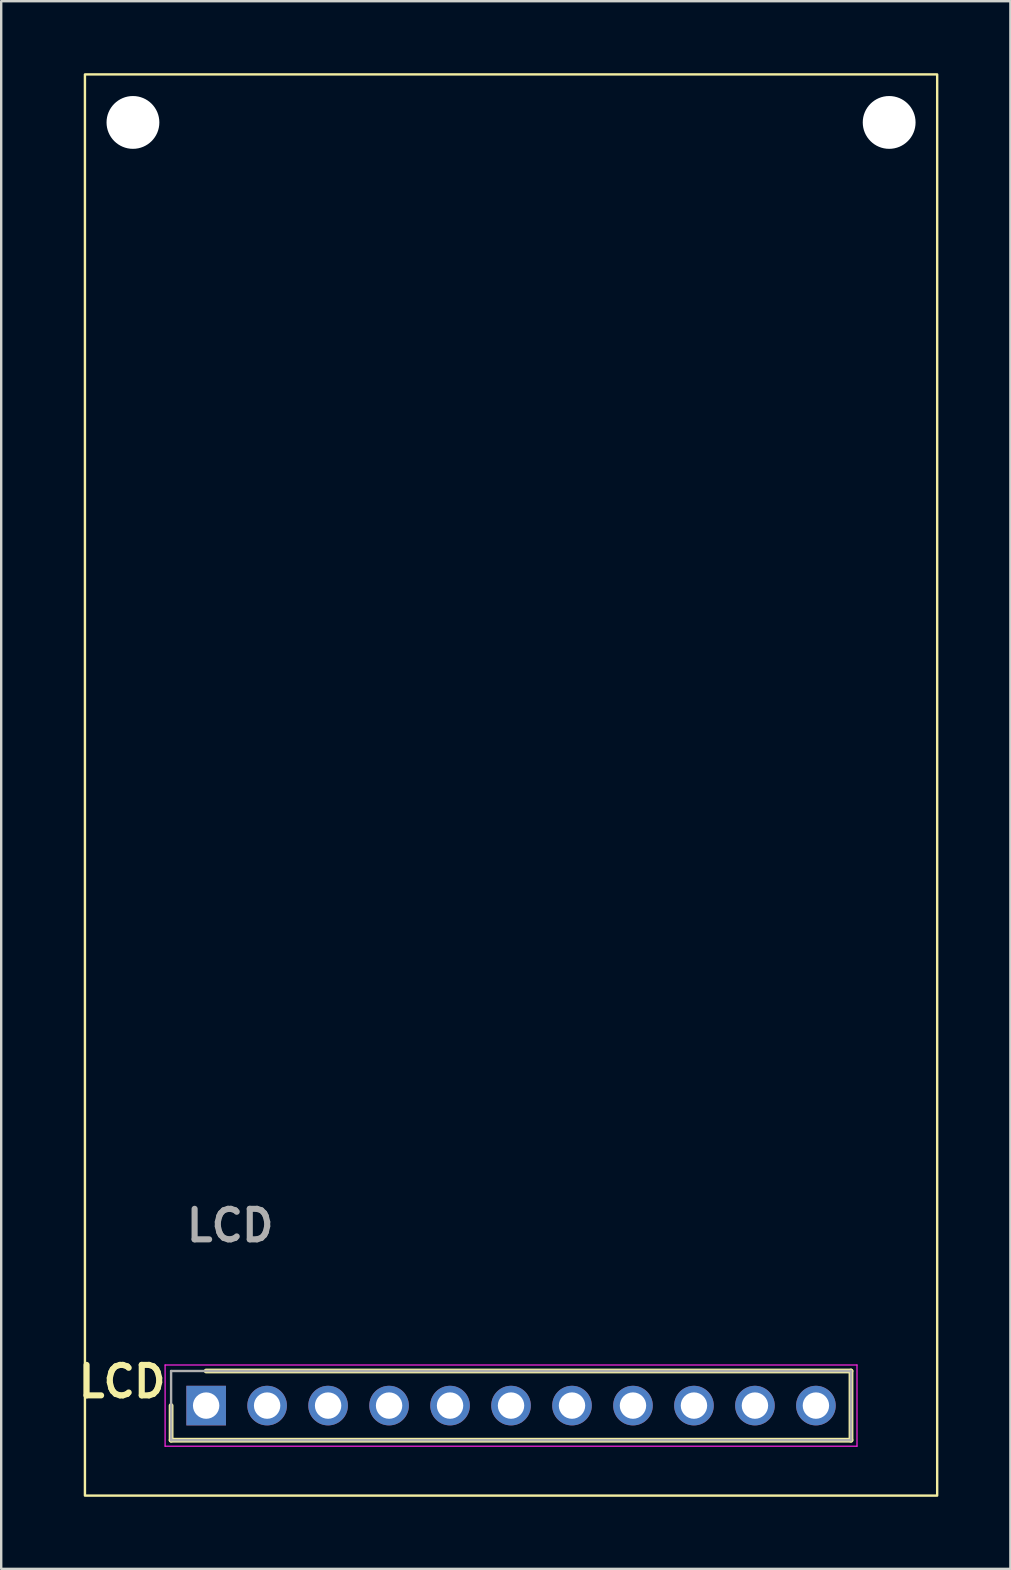
<source format=kicad_pcb>
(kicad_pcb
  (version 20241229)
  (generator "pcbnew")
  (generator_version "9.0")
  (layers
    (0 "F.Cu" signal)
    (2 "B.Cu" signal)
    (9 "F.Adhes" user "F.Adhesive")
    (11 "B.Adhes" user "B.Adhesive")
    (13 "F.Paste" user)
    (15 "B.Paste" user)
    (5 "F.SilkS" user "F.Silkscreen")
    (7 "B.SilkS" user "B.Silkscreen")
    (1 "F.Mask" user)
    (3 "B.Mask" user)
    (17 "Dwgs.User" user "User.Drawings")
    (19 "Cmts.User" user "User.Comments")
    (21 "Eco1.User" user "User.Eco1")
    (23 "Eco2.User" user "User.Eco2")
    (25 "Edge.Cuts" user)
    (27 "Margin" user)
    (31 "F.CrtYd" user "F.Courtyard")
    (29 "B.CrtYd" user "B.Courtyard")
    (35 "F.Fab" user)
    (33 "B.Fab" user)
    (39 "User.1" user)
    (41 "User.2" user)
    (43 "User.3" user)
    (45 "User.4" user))
  (footprint "LCD"
    (layer "F.Cu")
    (at 6.538 48)
    (property "Reference" "LCD" (at -4.5 6.5 0) (layer "F.SilkS") (effects (font (size 1.27 1.27) (thickness 0.254))))
    (attr through_hole)
    (fp_line (start -2.461 7.5) (end -2.461 8.941) (stroke (width 0.2) (type solid)) (layer "F.SilkS"))
    (fp_line (start -2.461 8.941) (end 25.86 8.941) (stroke (width 0.2) (type solid)) (layer "F.SilkS"))
    (fp_line (start 25.86 6.059) (end -1.001 6.059) (stroke (width 0.2) (type solid)) (layer "F.SilkS"))
    (fp_line (start 25.86 8.941) (end 25.86 6.059) (stroke (width 0.2) (type solid)) (layer "F.SilkS"))
    (fp_rect (start -6.05 -47.95) (end 29.45 11.25) (stroke (width 0.1) (type solid)) (fill no) (layer "F.SilkS"))
    (fp_line (start -2.711 5.809) (end 26.11 5.809) (stroke (width 0.05) (type solid)) (layer "F.CrtYd"))
    (fp_line (start -2.711 9.191) (end -2.711 5.809) (stroke (width 0.05) (type solid)) (layer "F.CrtYd"))
    (fp_line (start 26.11 5.809) (end 26.11 9.191) (stroke (width 0.05) (type solid)) (layer "F.CrtYd"))
    (fp_line (start 26.11 9.191) (end -2.711 9.191) (stroke (width 0.05) (type solid)) (layer "F.CrtYd"))
    (fp_line (start -2.461 6.059) (end 25.86 6.059) (stroke (width 0.1) (type solid)) (layer "F.Fab"))
    (fp_line (start -2.461 8.941) (end -2.461 6.059) (stroke (width 0.1) (type solid)) (layer "F.Fab"))
    (fp_line (start 25.86 6.059) (end 25.86 8.941) (stroke (width 0.1) (type solid)) (layer "F.Fab"))
    (fp_line (start 25.86 8.941) (end -2.461 8.941) (stroke (width 0.1) (type solid)) (layer "F.Fab"))
    (fp_text user "${REFERENCE}" (at 0 0 0) (layer "F.Fab") (effects (font (size 1.27 1.27) (thickness 0.254))))
    (pad "" np_thru_hole circle (at -4.05 -45.95) (size 2.2 2.2) (drill 2.2) (layers "*.Cu" "*.Mask"))
    (pad "" np_thru_hole circle (at 27.45 -45.95) (size 2.2 2.2) (drill 2.2) (layers "*.Cu" "*.Mask"))
    (pad "1" thru_hole rect (at -1.001 7.5) (size 1.65 1.65) (drill 1.1) (layers "*.Cu" "*.Mask"))
    (pad "2" thru_hole circle (at 1.539 7.5) (size 1.65 1.65) (drill 1.1) (layers "*.Cu" "*.Mask"))
    (pad "3" thru_hole circle (at 4.079 7.5) (size 1.65 1.65) (drill 1.1) (layers "*.Cu" "*.Mask"))
    (pad "4" thru_hole circle (at 6.619 7.5) (size 1.65 1.65) (drill 1.1) (layers "*.Cu" "*.Mask"))
    (pad "5" thru_hole circle (at 9.159 7.5) (size 1.65 1.65) (drill 1.1) (layers "*.Cu" "*.Mask"))
    (pad "6" thru_hole circle (at 11.699 7.5) (size 1.65 1.65) (drill 1.1) (layers "*.Cu" "*.Mask"))
    (pad "7" thru_hole circle (at 14.239 7.5) (size 1.65 1.65) (drill 1.1) (layers "*.Cu" "*.Mask"))
    (pad "8" thru_hole circle (at 16.779 7.5) (size 1.65 1.65) (drill 1.1) (layers "*.Cu" "*.Mask"))
    (pad "9" thru_hole circle (at 19.319 7.5) (size 1.65 1.65) (drill 1.1) (layers "*.Cu" "*.Mask"))
    (pad "10" thru_hole circle (at 21.859 7.5) (size 1.65 1.65) (drill 1.1) (layers "*.Cu" "*.Mask"))
    (pad "11" thru_hole circle (at 24.399 7.5) (size 1.65 1.65) (drill 1.1) (layers "*.Cu" "*.Mask")))
  (gr_rect
    (start -3 -3)
    (end 39.038 62.3)
    (stroke (width 0.1) (type default))
    (fill no)
    (layer "Edge.Cuts")))
</source>
